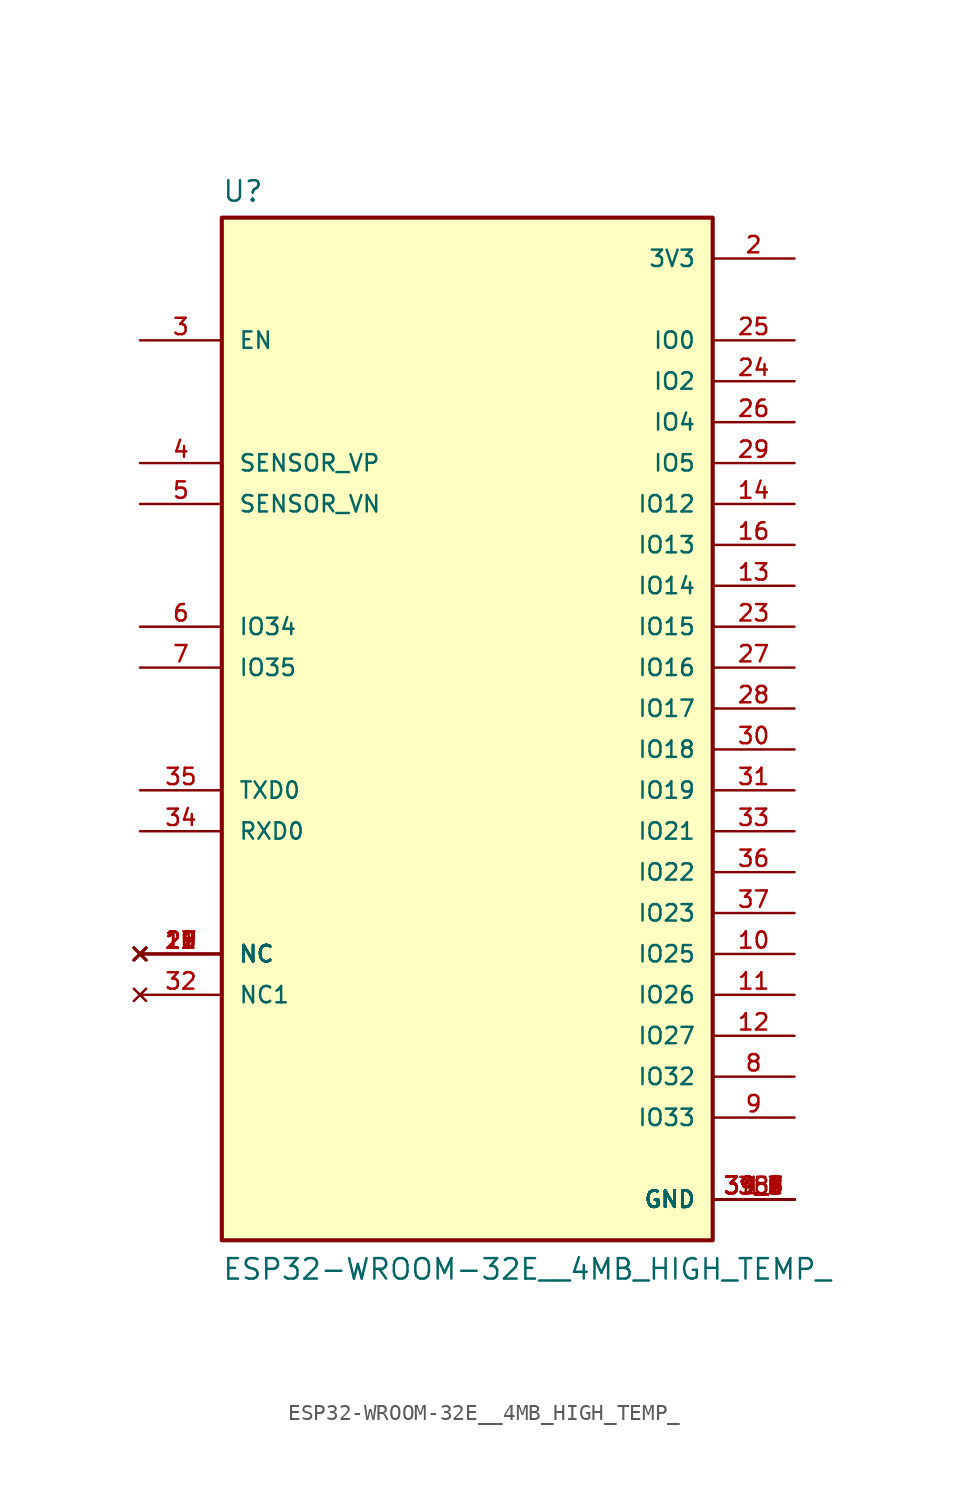
<source format=kicad_sym>
(kicad_symbol_lib
  (version 20220914)
  (generator kicad_symbol_editor)
  (symbol "ESP32-WROOM-32E__4MB_HIGH_TEMP_"
    (pin_names
      (offset 1.016))
    (property "Reference" "U"
      (at -15.24 33.909 0)
      (effects (font (size 1.27 1.27)) (justify left bottom)))
    (property "Value" "ESP32-WROOM-32E__4MB_HIGH_TEMP_"
      (at -15.24 -33.02 0)
      (effects (font (size 1.27 1.27)) (justify left bottom)))
    (symbol "ESP32-WROOM-32E__4MB_HIGH_TEMP__0_0"
      (rectangle (start -15.24 -30.48) (end 15.24 33.02) (stroke (width 0.254) (type default)) (fill (type background)))
      (pin power_in line (at 20.32 -27.94 180) (length 5.08) (name "GND" (effects (font (size 1.016 1.016)))) (number "1" (effects (font (size 1.016 1.016)))))
      (pin bidirectional line (at 20.32 -12.7 180) (length 5.08) (name "IO25" (effects (font (size 1.016 1.016)))) (number "10" (effects (font (size 1.016 1.016)))))
      (pin bidirectional line (at 20.32 -15.24 180) (length 5.08) (name "IO26" (effects (font (size 1.016 1.016)))) (number "11" (effects (font (size 1.016 1.016)))))
      (pin bidirectional line (at 20.32 -17.78 180) (length 5.08) (name "IO27" (effects (font (size 1.016 1.016)))) (number "12" (effects (font (size 1.016 1.016)))))
      (pin bidirectional line (at 20.32 10.16 180) (length 5.08) (name "IO14" (effects (font (size 1.016 1.016)))) (number "13" (effects (font (size 1.016 1.016)))))
      (pin bidirectional line (at 20.32 15.24 180) (length 5.08) (name "IO12" (effects (font (size 1.016 1.016)))) (number "14" (effects (font (size 1.016 1.016)))))
      (pin power_in line (at 20.32 -27.94 180) (length 5.08) (name "GND" (effects (font (size 1.016 1.016)))) (number "15" (effects (font (size 1.016 1.016)))))
      (pin bidirectional line (at 20.32 12.7 180) (length 5.08) (name "IO13" (effects (font (size 1.016 1.016)))) (number "16" (effects (font (size 1.016 1.016)))))
      (pin no_connect line (at -20.32 -12.7 0) (length 5.08) (name "NC" (effects (font (size 1.016 1.016)))) (number "17" (effects (font (size 1.016 1.016)))))
      (pin no_connect line (at -20.32 -12.7 0) (length 5.08) (name "NC" (effects (font (size 1.016 1.016)))) (number "18" (effects (font (size 1.016 1.016)))))
      (pin no_connect line (at -20.32 -12.7 0) (length 5.08) (name "NC" (effects (font (size 1.016 1.016)))) (number "19" (effects (font (size 1.016 1.016)))))
      (pin power_in line (at 20.32 30.48 180) (length 5.08) (name "3V3" (effects (font (size 1.016 1.016)))) (number "2" (effects (font (size 1.016 1.016)))))
      (pin no_connect line (at -20.32 -12.7 0) (length 5.08) (name "NC" (effects (font (size 1.016 1.016)))) (number "20" (effects (font (size 1.016 1.016)))))
      (pin no_connect line (at -20.32 -12.7 0) (length 5.08) (name "NC" (effects (font (size 1.016 1.016)))) (number "21" (effects (font (size 1.016 1.016)))))
      (pin no_connect line (at -20.32 -12.7 0) (length 5.08) (name "NC" (effects (font (size 1.016 1.016)))) (number "22" (effects (font (size 1.016 1.016)))))
      (pin bidirectional line (at 20.32 7.62 180) (length 5.08) (name "IO15" (effects (font (size 1.016 1.016)))) (number "23" (effects (font (size 1.016 1.016)))))
      (pin bidirectional line (at 20.32 22.86 180) (length 5.08) (name "IO2" (effects (font (size 1.016 1.016)))) (number "24" (effects (font (size 1.016 1.016)))))
      (pin bidirectional line (at 20.32 25.4 180) (length 5.08) (name "IO0" (effects (font (size 1.016 1.016)))) (number "25" (effects (font (size 1.016 1.016)))))
      (pin bidirectional line (at 20.32 20.32 180) (length 5.08) (name "IO4" (effects (font (size 1.016 1.016)))) (number "26" (effects (font (size 1.016 1.016)))))
      (pin bidirectional line (at 20.32 5.08 180) (length 5.08) (name "IO16" (effects (font (size 1.016 1.016)))) (number "27" (effects (font (size 1.016 1.016)))))
      (pin bidirectional line (at 20.32 2.54 180) (length 5.08) (name "IO17" (effects (font (size 1.016 1.016)))) (number "28" (effects (font (size 1.016 1.016)))))
      (pin bidirectional line (at 20.32 17.78 180) (length 5.08) (name "IO5" (effects (font (size 1.016 1.016)))) (number "29" (effects (font (size 1.016 1.016)))))
      (pin input line (at -20.32 25.4 0) (length 5.08) (name "EN" (effects (font (size 1.016 1.016)))) (number "3" (effects (font (size 1.016 1.016)))))
      (pin bidirectional line (at 20.32 0 180) (length 5.08) (name "IO18" (effects (font (size 1.016 1.016)))) (number "30" (effects (font (size 1.016 1.016)))))
      (pin bidirectional line (at 20.32 -2.54 180) (length 5.08) (name "IO19" (effects (font (size 1.016 1.016)))) (number "31" (effects (font (size 1.016 1.016)))))
      (pin no_connect line (at -20.32 -15.24 0) (length 5.08) (name "NC1" (effects (font (size 1.016 1.016)))) (number "32" (effects (font (size 1.016 1.016)))))
      (pin bidirectional line (at 20.32 -5.08 180) (length 5.08) (name "IO21" (effects (font (size 1.016 1.016)))) (number "33" (effects (font (size 1.016 1.016)))))
      (pin bidirectional line (at -20.32 -5.08 0) (length 5.08) (name "RXD0" (effects (font (size 1.016 1.016)))) (number "34" (effects (font (size 1.016 1.016)))))
      (pin bidirectional line (at -20.32 -2.54 0) (length 5.08) (name "TXD0" (effects (font (size 1.016 1.016)))) (number "35" (effects (font (size 1.016 1.016)))))
      (pin bidirectional line (at 20.32 -7.62 180) (length 5.08) (name "IO22" (effects (font (size 1.016 1.016)))) (number "36" (effects (font (size 1.016 1.016)))))
      (pin bidirectional line (at 20.32 -10.16 180) (length 5.08) (name "IO23" (effects (font (size 1.016 1.016)))) (number "37" (effects (font (size 1.016 1.016)))))
      (pin power_in line (at 20.32 -27.94 180) (length 5.08) (name "GND" (effects (font (size 1.016 1.016)))) (number "38" (effects (font (size 1.016 1.016)))))
      (pin power_in line (at 20.32 -27.94 180) (length 5.08) (name "GND" (effects (font (size 1.016 1.016)))) (number "39_1" (effects (font (size 1.016 1.016)))))
      (pin power_in line (at 20.32 -27.94 180) (length 5.08) (name "GND" (effects (font (size 1.016 1.016)))) (number "39_2" (effects (font (size 1.016 1.016)))))
      (pin power_in line (at 20.32 -27.94 180) (length 5.08) (name "GND" (effects (font (size 1.016 1.016)))) (number "39_3" (effects (font (size 1.016 1.016)))))
      (pin power_in line (at 20.32 -27.94 180) (length 5.08) (name "GND" (effects (font (size 1.016 1.016)))) (number "39_4" (effects (font (size 1.016 1.016)))))
      (pin power_in line (at 20.32 -27.94 180) (length 5.08) (name "GND" (effects (font (size 1.016 1.016)))) (number "39_5" (effects (font (size 1.016 1.016)))))
      (pin power_in line (at 20.32 -27.94 180) (length 5.08) (name "GND" (effects (font (size 1.016 1.016)))) (number "39_6" (effects (font (size 1.016 1.016)))))
      (pin power_in line (at 20.32 -27.94 180) (length 5.08) (name "GND" (effects (font (size 1.016 1.016)))) (number "39_7" (effects (font (size 1.016 1.016)))))
      (pin power_in line (at 20.32 -27.94 180) (length 5.08) (name "GND" (effects (font (size 1.016 1.016)))) (number "39_8" (effects (font (size 1.016 1.016)))))
      (pin power_in line (at 20.32 -27.94 180) (length 5.08) (name "GND" (effects (font (size 1.016 1.016)))) (number "39_9" (effects (font (size 1.016 1.016)))))
      (pin input line (at -20.32 17.78 0) (length 5.08) (name "SENSOR_VP" (effects (font (size 1.016 1.016)))) (number "4" (effects (font (size 1.016 1.016)))))
      (pin input line (at -20.32 15.24 0) (length 5.08) (name "SENSOR_VN" (effects (font (size 1.016 1.016)))) (number "5" (effects (font (size 1.016 1.016)))))
      (pin input line (at -20.32 7.62 0) (length 5.08) (name "IO34" (effects (font (size 1.016 1.016)))) (number "6" (effects (font (size 1.016 1.016)))))
      (pin input line (at -20.32 5.08 0) (length 5.08) (name "IO35" (effects (font (size 1.016 1.016)))) (number "7" (effects (font (size 1.016 1.016)))))
      (pin bidirectional line (at 20.32 -20.32 180) (length 5.08) (name "IO32" (effects (font (size 1.016 1.016)))) (number "8" (effects (font (size 1.016 1.016)))))
      (pin bidirectional line (at 20.32 -22.86 180) (length 5.08) (name "IO33" (effects (font (size 1.016 1.016)))) (number "9" (effects (font (size 1.016 1.016))))))))
</source>
